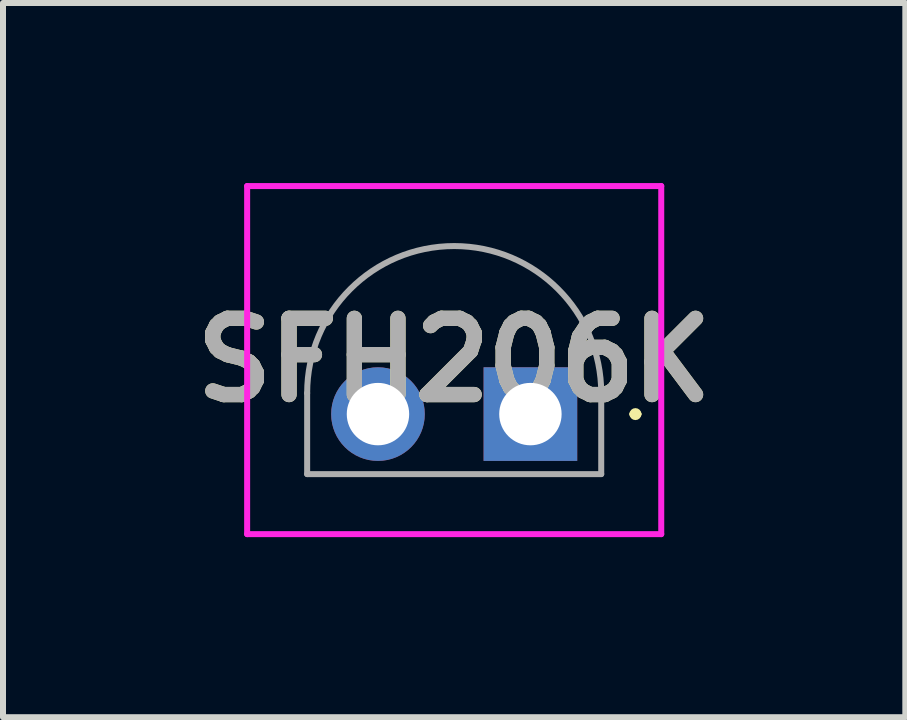
<source format=kicad_pcb>
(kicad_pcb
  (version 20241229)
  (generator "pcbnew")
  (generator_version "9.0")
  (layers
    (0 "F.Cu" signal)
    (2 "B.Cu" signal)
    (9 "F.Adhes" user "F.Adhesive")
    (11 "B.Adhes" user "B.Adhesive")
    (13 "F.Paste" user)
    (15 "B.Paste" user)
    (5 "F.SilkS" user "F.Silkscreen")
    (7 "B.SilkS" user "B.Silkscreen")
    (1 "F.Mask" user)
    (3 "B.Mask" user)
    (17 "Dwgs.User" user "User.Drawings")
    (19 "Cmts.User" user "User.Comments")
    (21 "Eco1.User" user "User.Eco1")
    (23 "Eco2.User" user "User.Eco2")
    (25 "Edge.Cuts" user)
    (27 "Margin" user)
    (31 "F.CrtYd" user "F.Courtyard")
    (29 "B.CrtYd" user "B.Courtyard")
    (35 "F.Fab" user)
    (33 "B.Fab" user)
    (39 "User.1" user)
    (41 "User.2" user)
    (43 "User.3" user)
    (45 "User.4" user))
  (footprint "SFH206K"
    (layer "F.Cu")
    (at 5.788 3.85)
    (property "Reference" "SFH206K" (at -1.27 -0.9 0) (layer "F.SilkS") (effects (font (size 1.27 1.27) (thickness 0.254))))
    (attr through_hole)
    (fp_line (start 1.7 0) (end 1.7 0) (stroke (width 0.1) (type solid)) (layer "F.SilkS"))
    (fp_line (start 1.8 0) (end 1.8 0) (stroke (width 0.1) (type solid)) (layer "F.SilkS"))
    (fp_arc (start 1.7 0) (mid 1.75 -0.05) (end 1.8 0) (stroke (width 0.1) (type solid)) (layer "F.SilkS"))
    (fp_arc (start 1.8 0) (mid 1.75 0.05) (end 1.7 0) (stroke (width 0.1) (type solid)) (layer "F.SilkS"))
    (fp_line (start -4.72 -3.8) (end -4.72 2) (stroke (width 0.1) (type solid)) (layer "F.CrtYd"))
    (fp_line (start -4.72 2) (end 2.18 2) (stroke (width 0.1) (type solid)) (layer "F.CrtYd"))
    (fp_line (start 2.18 -3.8) (end -4.72 -3.8) (stroke (width 0.1) (type solid)) (layer "F.CrtYd"))
    (fp_line (start 2.18 2) (end 2.18 -3.8) (stroke (width 0.1) (type solid)) (layer "F.CrtYd"))
    (fp_line (start -3.72 -0.35) (end -3.72 1) (stroke (width 0.1) (type solid)) (layer "F.Fab"))
    (fp_line (start -3.72 1) (end 1.18 1) (stroke (width 0.1) (type solid)) (layer "F.Fab"))
    (fp_line (start 1.18 -0.35) (end 1.18 -0.35) (stroke (width 0.1) (type solid)) (layer "F.Fab"))
    (fp_line (start 1.18 1) (end 1.18 -0.35) (stroke (width 0.1) (type solid)) (layer "F.Fab"))
    (fp_arc (start -3.72 -0.35) (mid -1.27 -2.8) (end 1.18 -0.35) (stroke (width 0.1) (type solid)) (layer "F.Fab"))
    (fp_text user "${REFERENCE}" (at -1.27 -0.9 0) (layer "F.Fab") (effects (font (size 1.27 1.27) (thickness 0.254))))
    (pad "1" thru_hole rect (at 0 0) (size 1.56 1.56) (drill 1.04) (layers "*.Cu" "*.Mask"))
    (pad "2" thru_hole circle (at -2.54 0) (size 1.56 1.56) (drill 1.04) (layers "*.Cu" "*.Mask")))
  (gr_rect
    (start -3 -3)
    (end 12.035 8.9)
    (stroke (width 0.1) (type default))
    (fill no)
    (layer "Edge.Cuts")))
</source>
